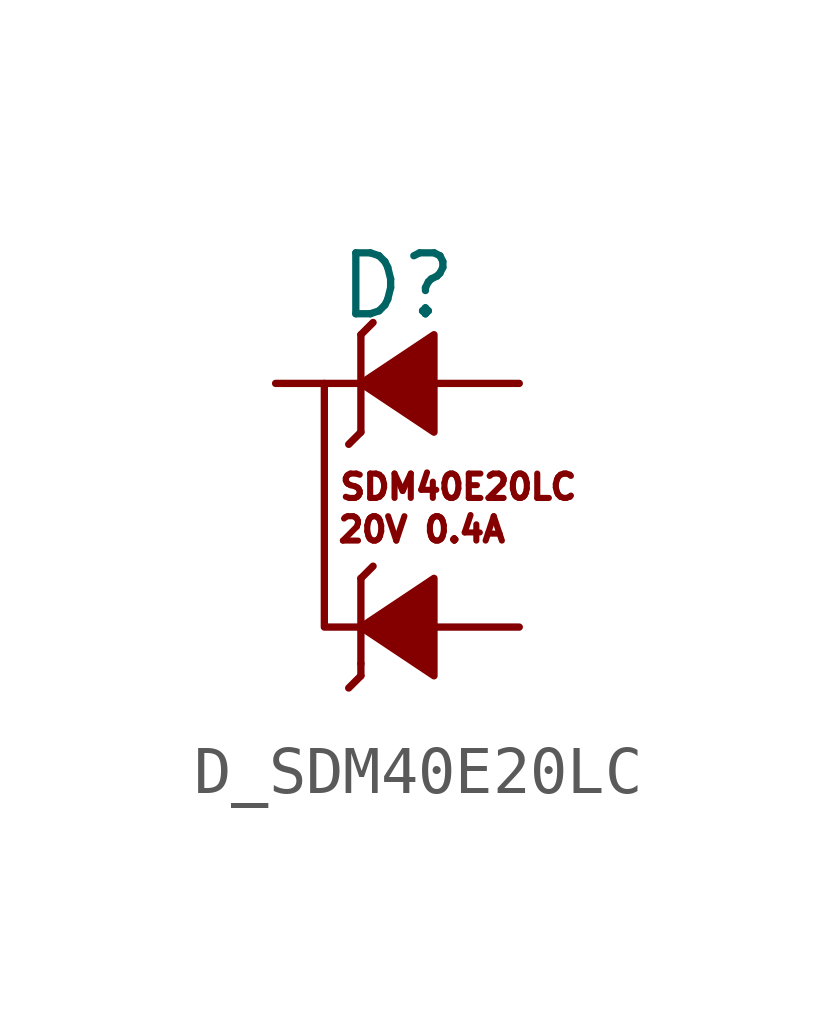
<source format=kicad_sym>
(kicad_symbol_lib
  (version 20211014)
  (generator kicad_symbol_editor)
  (symbol "D_SDM40E20LC"
    (pin_numbers hide)
    (pin_names
      (offset 0.254) hide)
    (property "Reference" "D"
      (at -1.27 2.032 0)
      (effects (font (size 1.27 1.27)) (justify left)))
    (symbol "D_SDM40E20LC_0_0"
      (polyline (pts (xy -0.762 -6.096) (xy -1.016 -6.35)) (stroke (width 0) (type default) (color 0 0 0 0)) (fill (type none)))
      (polyline (pts (xy -0.762 -5.842) (xy -0.762 -6.096)) (stroke (width 0) (type default) (color 0 0 0 0)) (fill (type none)))
      (polyline (pts (xy -0.762 -4.064) (xy -0.762 -5.842)) (stroke (width 0) (type default) (color 0 0 0 0)) (fill (type none)))
      (polyline (pts (xy -0.762 -4.064) (xy -0.508 -3.81)) (stroke (width 0) (type default) (color 0 0 0 0)) (fill (type none)))
      (polyline (pts (xy -0.762 -1.016) (xy -1.016 -1.27)) (stroke (width 0) (type default) (color 0 0 0 0)) (fill (type none)))
      (polyline (pts (xy -0.762 1.016) (xy -0.508 1.27)) (stroke (width 0) (type default) (color 0 0 0 0)) (fill (type none)))
      (polyline (pts (xy -0.762 -5.08) (xy 0.762 -4.064) (xy 0.762 -6.096) (xy -0.762 -5.08)) (stroke (width 0) (type default) (color 0 0 0 0)) (fill (type outline)))
      (text "20V 0.4A" (at 0.508 -3.048 0) (effects (font (size 0.508 0.508))))
      (text "SDM40E20LC" (at 1.27 -2.159 0) (effects (font (size 0.508 0.508)))))
    (symbol "D_SDM40E20LC_0_1"
      (polyline (pts (xy -0.762 -1.016) (xy -0.762 1.016)) (stroke (width 0) (type default) (color 0 0 0 0)) (fill (type none)))
      (polyline (pts (xy -0.762 0) (xy 0.762 0)) (stroke (width 0) (type default) (color 0 0 0 0)) (fill (type none)))
      (polyline (pts (xy -0.762 -5.08) (xy -1.524 -5.08) (xy -1.524 0)) (stroke (width 0) (type default) (color 0 0 0 0)) (fill (type none)))
      (polyline (pts (xy 0.762 -1.016) (xy -0.762 0) (xy 0.762 1.016) (xy 0.762 -1.016)) (stroke (width 0) (type default) (color 0 0 0 0)) (fill (type outline))))
    (symbol "D_SDM40E20LC_1_1"
      (pin passive line (at 2.54 -5.08 180) (length 2.54) (name "~" (effects (font (size 1.27 1.27)))) (number "1" (effects (font (size 1.27 1.27)))))
      (pin passive line (at 2.54 0 180) (length 1.778) (name "A" (effects (font (size 1.27 1.27)))) (number "2" (effects (font (size 1.27 1.27)))))
      (pin passive line (at -2.54 0 0) (length 1.778) (name "K" (effects (font (size 1.27 1.27)))) (number "3" (effects (font (size 1.27 1.27))))))))
</source>
